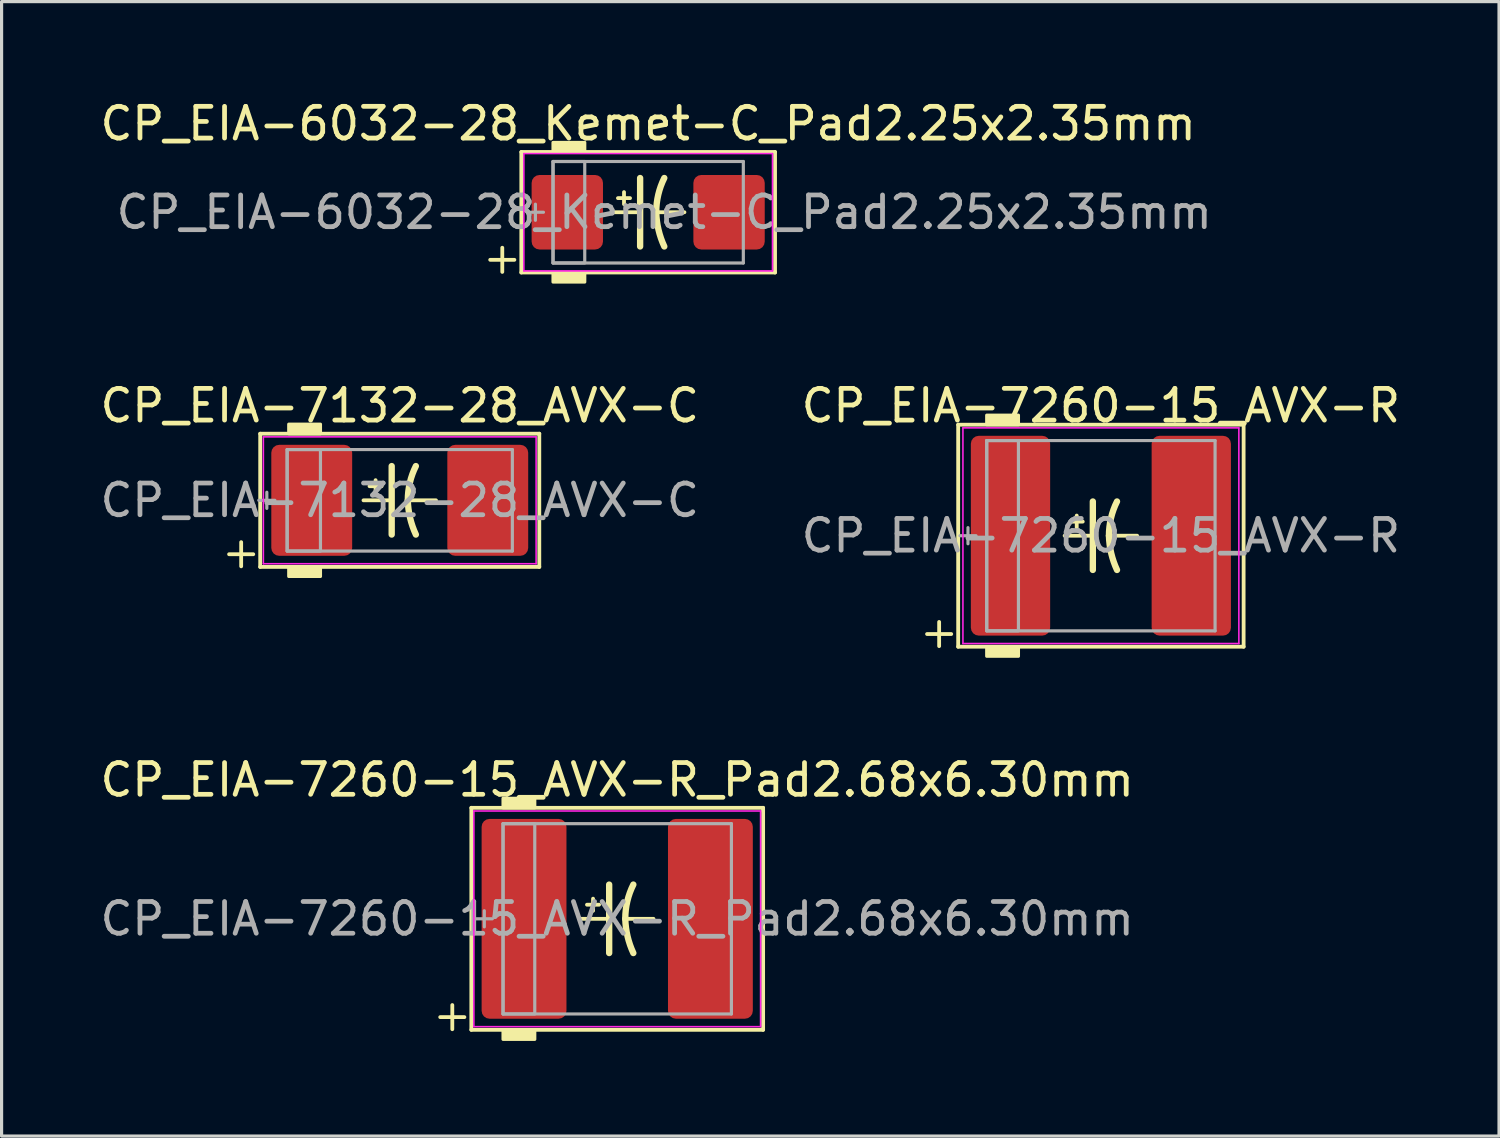
<source format=kicad_pcb>
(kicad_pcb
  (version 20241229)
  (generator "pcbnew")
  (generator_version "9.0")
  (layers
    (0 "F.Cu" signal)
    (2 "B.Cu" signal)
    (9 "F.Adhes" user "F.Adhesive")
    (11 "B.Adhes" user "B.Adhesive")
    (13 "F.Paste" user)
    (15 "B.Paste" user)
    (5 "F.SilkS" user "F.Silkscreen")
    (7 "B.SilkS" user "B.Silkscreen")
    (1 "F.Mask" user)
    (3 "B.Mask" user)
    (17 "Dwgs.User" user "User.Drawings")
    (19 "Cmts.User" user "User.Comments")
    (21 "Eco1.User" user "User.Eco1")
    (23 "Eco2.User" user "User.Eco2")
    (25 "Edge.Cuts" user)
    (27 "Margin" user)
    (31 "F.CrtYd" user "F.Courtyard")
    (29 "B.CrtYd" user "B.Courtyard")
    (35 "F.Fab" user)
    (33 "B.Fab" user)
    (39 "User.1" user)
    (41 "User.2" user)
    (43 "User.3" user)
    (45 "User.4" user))
  (footprint "CP_EIA-6032-28_Kemet-C_Pad2.25x2.35mm"
    (layer "F.Cu")
    (at 17.387 3.642)
    (property "Reference" "CP_EIA-6032-28_Kemet-C_Pad2.25x2.35mm" (at 0 -2.794 0) (layer "F.SilkS") (effects (font (size 1 1) (thickness 0.15))))
    (attr smd)
    (fp_line (start -4.981 1.5) (end -4.219 1.5) (stroke (width 0.12) (type solid)) (layer "F.SilkS"))
    (fp_line (start -4.6 1.119) (end -4.6 1.881) (stroke (width 0.12) (type solid)) (layer "F.SilkS"))
    (fp_line (start -4 -1.9) (end -4 1.9) (stroke (width 0.12) (type solid)) (layer "F.SilkS"))
    (fp_line (start -4 1.9) (end 4 1.9) (stroke (width 0.12) (type solid)) (layer "F.SilkS"))
    (fp_line (start -1.143 0) (end -0.254 0) (stroke (width 0.12) (type solid)) (layer "F.SilkS"))
    (fp_line (start -0.762 -0.254) (end -0.762 -0.635) (stroke (width 0.12) (type solid)) (layer "F.SilkS"))
    (fp_line (start -0.572 -0.445) (end -0.953 -0.445) (stroke (width 0.12) (type solid)) (layer "F.SilkS"))
    (fp_line (start -0.254 -1.079) (end -0.254 1.079) (stroke (width 0.2) (type solid)) (layer "F.SilkS"))
    (fp_line (start 1.143 0) (end 0.254 0) (stroke (width 0.12) (type solid)) (layer "F.SilkS"))
    (fp_line (start 4 -1.9) (end -4 -1.9) (stroke (width 0.12) (type solid)) (layer "F.SilkS"))
    (fp_line (start 4 1.9) (end 4 -1.9) (stroke (width 0.12) (type solid)) (layer "F.SilkS"))
    (fp_arc (start 0.254 0) (mid 0.318254 -0.554514) (end 0.508 -1.0795) (stroke (width 0.2) (type solid)) (layer "F.SilkS"))
    (fp_arc (start 0.508 1.0795) (mid 0.325879 0.55272) (end 0.254 0) (stroke (width 0.2) (type solid)) (layer "F.SilkS"))
    (fp_poly (pts (xy -2 -1.9) (xy -3 -1.9) (xy -3 -2.2) (xy -2 -2.2)) (stroke (width 0.1) (type solid)) (fill yes) (layer "F.SilkS"))
    (fp_poly (pts (xy -2 2.2) (xy -3 2.2) (xy -3 1.9) (xy -2 1.9)) (stroke (width 0.1) (type solid)) (fill yes) (layer "F.SilkS"))
    (fp_line (start -3.92 -1.85) (end 3.92 -1.85) (stroke (width 0.05) (type solid)) (layer "F.CrtYd"))
    (fp_line (start -3.92 1.85) (end -3.92 -1.85) (stroke (width 0.05) (type solid)) (layer "F.CrtYd"))
    (fp_line (start 3.92 -1.85) (end 3.92 1.85) (stroke (width 0.05) (type solid)) (layer "F.CrtYd"))
    (fp_line (start 3.92 1.85) (end -3.92 1.85) (stroke (width 0.05) (type solid)) (layer "F.CrtYd"))
    (fp_line (start -3.556 -0.254) (end -3.556 0.254) (stroke (width 0.1) (type solid)) (layer "F.Fab"))
    (fp_line (start -3.302 0) (end -3.81 0) (stroke (width 0.1) (type solid)) (layer "F.Fab"))
    (fp_line (start -3 -1.6) (end -3 1.6) (stroke (width 0.1) (type solid)) (layer "F.Fab"))
    (fp_line (start -3 1.6) (end 3 1.6) (stroke (width 0.1) (type solid)) (layer "F.Fab"))
    (fp_line (start 3 -1.6) (end -3 -1.6) (stroke (width 0.1) (type solid)) (layer "F.Fab"))
    (fp_line (start 3 1.6) (end 3 -1.6) (stroke (width 0.1) (type solid)) (layer "F.Fab"))
    (fp_rect (start -3 -1.6) (end -2 1.6) (stroke (width 0.1) (type solid)) (fill no) (layer "F.Fab"))
    (fp_text user "${REFERENCE}" (at 0.508 0 0) (layer "F.Fab") (effects (font (size 1 1) (thickness 0.15))))
    (pad "1" smd roundrect (at -2.55 0) (size 2.25 2.35) (layers "F.Cu" "F.Mask" "F.Paste") (roundrect_rratio 0.111))
    (pad "2" smd roundrect (at 2.55 0) (size 2.25 2.35) (layers "F.Cu" "F.Mask" "F.Paste") (roundrect_rratio 0.111)))
  (footprint "CP_EIA-7260-15_AVX-R_Pad2.68x6.30mm"
    (layer "F.Cu")
    (at 16.411 25.92)
    (property "Reference" "CP_EIA-7260-15_AVX-R_Pad2.68x6.30mm" (at 0 -4.381 0) (layer "F.SilkS") (effects (font (size 1 1) (thickness 0.15))))
    (attr smd)
    (fp_line (start -5.581 3.1) (end -4.819 3.1) (stroke (width 0.12) (type solid)) (layer "F.SilkS"))
    (fp_line (start -5.2 2.719) (end -5.2 3.481) (stroke (width 0.12) (type solid)) (layer "F.SilkS"))
    (fp_line (start -4.6 -3.5) (end -4.6 3.5) (stroke (width 0.12) (type solid)) (layer "F.SilkS"))
    (fp_line (start -4.6 3.5) (end 4.6 3.5) (stroke (width 0.12) (type solid)) (layer "F.SilkS"))
    (fp_line (start -1.143 0) (end -0.254 0) (stroke (width 0.12) (type solid)) (layer "F.SilkS"))
    (fp_line (start -0.762 -0.254) (end -0.762 -0.635) (stroke (width 0.12) (type solid)) (layer "F.SilkS"))
    (fp_line (start -0.572 -0.445) (end -0.953 -0.445) (stroke (width 0.12) (type solid)) (layer "F.SilkS"))
    (fp_line (start -0.254 -1.079) (end -0.254 1.079) (stroke (width 0.2) (type solid)) (layer "F.SilkS"))
    (fp_line (start 1.143 0) (end 0.254 0) (stroke (width 0.12) (type solid)) (layer "F.SilkS"))
    (fp_line (start 4.6 -3.5) (end -4.6 -3.5) (stroke (width 0.12) (type solid)) (layer "F.SilkS"))
    (fp_line (start 4.6 -3.4) (end 4.6 -3.5) (stroke (width 0.12) (type solid)) (layer "F.SilkS"))
    (fp_line (start 4.6 3.5) (end 4.6 -3.4) (stroke (width 0.12) (type solid)) (layer "F.SilkS"))
    (fp_arc (start 0.254 0) (mid 0.318254 -0.554514) (end 0.508 -1.0795) (stroke (width 0.2) (type solid)) (layer "F.SilkS"))
    (fp_arc (start 0.508 1.0795) (mid 0.325879 0.55272) (end 0.254 0) (stroke (width 0.2) (type solid)) (layer "F.SilkS"))
    (fp_poly (pts (xy -2.6 -3.5) (xy -3.6 -3.5) (xy -3.6 -3.8) (xy -2.6 -3.8)) (stroke (width 0.1) (type solid)) (fill yes) (layer "F.SilkS"))
    (fp_poly (pts (xy -2.6 3.8) (xy -3.6 3.8) (xy -3.6 3.5) (xy -2.6 3.5)) (stroke (width 0.1) (type solid)) (fill yes) (layer "F.SilkS"))
    (fp_line (start -4.52 -3.4) (end 4.52 -3.4) (stroke (width 0.05) (type solid)) (layer "F.CrtYd"))
    (fp_line (start -4.52 3.4) (end -4.52 -3.4) (stroke (width 0.05) (type solid)) (layer "F.CrtYd"))
    (fp_line (start 4.52 -3.4) (end 4.52 3.4) (stroke (width 0.05) (type solid)) (layer "F.CrtYd"))
    (fp_line (start 4.52 3.4) (end -4.52 3.4) (stroke (width 0.05) (type solid)) (layer "F.CrtYd"))
    (fp_line (start -4.191 -0.254) (end -4.191 0.254) (stroke (width 0.1) (type solid)) (layer "F.Fab"))
    (fp_line (start -3.937 0) (end -4.445 0) (stroke (width 0.1) (type solid)) (layer "F.Fab"))
    (fp_line (start -3.6 -3) (end -3.6 3) (stroke (width 0.1) (type solid)) (layer "F.Fab"))
    (fp_line (start -3.6 3) (end 3.6 3) (stroke (width 0.1) (type solid)) (layer "F.Fab"))
    (fp_line (start 3.6 -3) (end -3.6 -3) (stroke (width 0.1) (type solid)) (layer "F.Fab"))
    (fp_line (start 3.6 3) (end 3.6 -3) (stroke (width 0.1) (type solid)) (layer "F.Fab"))
    (fp_rect (start -3.6 -3) (end -2.6 3) (stroke (width 0.1) (type solid)) (fill no) (layer "F.Fab"))
    (fp_text user "${REFERENCE}" (at 0 0 0) (layer "F.Fab") (effects (font (size 1 1) (thickness 0.15))))
    (pad "1" smd roundrect (at -2.938 0) (size 2.675 6.3) (layers "F.Cu" "F.Mask" "F.Paste") (roundrect_rratio 0.093))
    (pad "2" smd roundrect (at 2.938 0) (size 2.675 6.3) (layers "F.Cu" "F.Mask" "F.Paste") (roundrect_rratio 0.093)))
  (footprint "CP_EIA-7132-28_AVX-C"
    (layer "F.Cu")
    (at 9.554 12.725)
    (property "Reference" "CP_EIA-7132-28_AVX-C" (at 0 -2.985 0) (layer "F.SilkS") (effects (font (size 1 1) (thickness 0.15))))
    (attr smd)
    (fp_line (start -5.381 1.7) (end -4.619 1.7) (stroke (width 0.12) (type solid)) (layer "F.SilkS"))
    (fp_line (start -5 1.319) (end -5 2.081) (stroke (width 0.12) (type solid)) (layer "F.SilkS"))
    (fp_line (start -4.4 -2.1) (end -4.4 2.1) (stroke (width 0.12) (type solid)) (layer "F.SilkS"))
    (fp_line (start -4.4 2.1) (end 4.4 2.1) (stroke (width 0.12) (type solid)) (layer "F.SilkS"))
    (fp_line (start -1.143 0) (end -0.254 0) (stroke (width 0.12) (type solid)) (layer "F.SilkS"))
    (fp_line (start -0.762 -0.254) (end -0.762 -0.635) (stroke (width 0.12) (type solid)) (layer "F.SilkS"))
    (fp_line (start -0.572 -0.445) (end -0.953 -0.445) (stroke (width 0.12) (type solid)) (layer "F.SilkS"))
    (fp_line (start -0.254 -1.079) (end -0.254 1.079) (stroke (width 0.2) (type solid)) (layer "F.SilkS"))
    (fp_line (start 1.143 0) (end 0.254 0) (stroke (width 0.12) (type solid)) (layer "F.SilkS"))
    (fp_line (start 4.4 -2.1) (end -4.4 -2.1) (stroke (width 0.12) (type solid)) (layer "F.SilkS"))
    (fp_line (start 4.4 2.1) (end 4.4 -2.1) (stroke (width 0.12) (type solid)) (layer "F.SilkS"))
    (fp_arc (start 0.254 0) (mid 0.318254 -0.554514) (end 0.508 -1.0795) (stroke (width 0.2) (type solid)) (layer "F.SilkS"))
    (fp_arc (start 0.508 1.0795) (mid 0.325879 0.55272) (end 0.254 0) (stroke (width 0.2) (type solid)) (layer "F.SilkS"))
    (fp_poly (pts (xy -2.5 -2.1) (xy -3.5 -2.1) (xy -3.5 -2.4) (xy -2.5 -2.4)) (stroke (width 0.1) (type solid)) (fill yes) (layer "F.SilkS"))
    (fp_poly (pts (xy -2.5 2.4) (xy -3.5 2.4) (xy -3.5 2.1) (xy -2.5 2.1)) (stroke (width 0.1) (type solid)) (fill yes) (layer "F.SilkS"))
    (fp_line (start -4.3 -2) (end 4.3 -2) (stroke (width 0.05) (type solid)) (layer "F.CrtYd"))
    (fp_line (start -4.3 2) (end -4.3 -2) (stroke (width 0.05) (type solid)) (layer "F.CrtYd"))
    (fp_line (start 4.3 -2) (end 4.3 2) (stroke (width 0.05) (type solid)) (layer "F.CrtYd"))
    (fp_line (start 4.3 2) (end -4.3 2) (stroke (width 0.05) (type solid)) (layer "F.CrtYd"))
    (fp_line (start -4.191 -0.254) (end -4.191 0.254) (stroke (width 0.1) (type solid)) (layer "F.Fab"))
    (fp_line (start -3.937 0) (end -4.445 0) (stroke (width 0.1) (type solid)) (layer "F.Fab"))
    (fp_line (start -3.55 -1.6) (end -3.55 1.6) (stroke (width 0.1) (type solid)) (layer "F.Fab"))
    (fp_line (start -3.55 1.6) (end 3.55 1.6) (stroke (width 0.1) (type solid)) (layer "F.Fab"))
    (fp_line (start 3.55 -1.6) (end -3.55 -1.6) (stroke (width 0.1) (type solid)) (layer "F.Fab"))
    (fp_line (start 3.55 1.6) (end 3.55 -1.6) (stroke (width 0.1) (type solid)) (layer "F.Fab"))
    (fp_rect (start -3.55 -1.6) (end -2.5 1.6) (stroke (width 0.1) (type solid)) (fill no) (layer "F.Fab"))
    (fp_text user "${REFERENCE}" (at 0 0 0) (layer "F.Fab") (effects (font (size 1 1) (thickness 0.15))))
    (pad "1" smd roundrect (at -2.775 0) (size 2.55 3.5) (layers "F.Cu" "F.Mask" "F.Paste") (roundrect_rratio 0.098))
    (pad "2" smd roundrect (at 2.775 0) (size 2.55 3.5) (layers "F.Cu" "F.Mask" "F.Paste") (roundrect_rratio 0.098)))
  (footprint "CP_EIA-7260-15_AVX-R"
    (layer "F.Cu")
    (at 31.661 13.841)
    (property "Reference" "CP_EIA-7260-15_AVX-R" (at 0 -4.1 0) (layer "F.SilkS") (effects (font (size 1 1) (thickness 0.15))))
    (attr smd)
    (fp_line (start -5.481 3.1) (end -4.719 3.1) (stroke (width 0.12) (type solid)) (layer "F.SilkS"))
    (fp_line (start -5.1 2.719) (end -5.1 3.481) (stroke (width 0.12) (type solid)) (layer "F.SilkS"))
    (fp_line (start -4.5 -3.5) (end -4.5 3.5) (stroke (width 0.12) (type solid)) (layer "F.SilkS"))
    (fp_line (start -4.5 3.5) (end 4.5 3.5) (stroke (width 0.12) (type solid)) (layer "F.SilkS"))
    (fp_line (start -1.143 0) (end -0.254 0) (stroke (width 0.12) (type solid)) (layer "F.SilkS"))
    (fp_line (start -0.762 -0.254) (end -0.762 -0.635) (stroke (width 0.12) (type solid)) (layer "F.SilkS"))
    (fp_line (start -0.572 -0.445) (end -0.953 -0.445) (stroke (width 0.12) (type solid)) (layer "F.SilkS"))
    (fp_line (start -0.254 -1.079) (end -0.254 1.079) (stroke (width 0.2) (type solid)) (layer "F.SilkS"))
    (fp_line (start 1.143 0) (end 0.254 0) (stroke (width 0.12) (type solid)) (layer "F.SilkS"))
    (fp_line (start 4.5 -3.5) (end -4.5 -3.5) (stroke (width 0.12) (type solid)) (layer "F.SilkS"))
    (fp_line (start 4.5 3.5) (end 4.5 -3.5) (stroke (width 0.12) (type solid)) (layer "F.SilkS"))
    (fp_arc (start 0.254 0) (mid 0.318254 -0.554514) (end 0.508 -1.0795) (stroke (width 0.2) (type solid)) (layer "F.SilkS"))
    (fp_arc (start 0.508 1.0795) (mid 0.325879 0.55272) (end 0.254 0) (stroke (width 0.2) (type solid)) (layer "F.SilkS"))
    (fp_poly (pts (xy -2.6 -3.5) (xy -3.6 -3.5) (xy -3.6 -3.8) (xy -2.6 -3.8)) (stroke (width 0.1) (type solid)) (fill yes) (layer "F.SilkS"))
    (fp_poly (pts (xy -2.6 3.8) (xy -3.6 3.8) (xy -3.6 3.5) (xy -2.6 3.5)) (stroke (width 0.1) (type solid)) (fill yes) (layer "F.SilkS"))
    (fp_line (start -4.35 -3.4) (end 4.35 -3.4) (stroke (width 0.05) (type solid)) (layer "F.CrtYd"))
    (fp_line (start -4.35 3.4) (end -4.35 -3.4) (stroke (width 0.05) (type solid)) (layer "F.CrtYd"))
    (fp_line (start 4.35 -3.4) (end 4.35 3.4) (stroke (width 0.05) (type solid)) (layer "F.CrtYd"))
    (fp_line (start 4.35 3.4) (end -4.35 3.4) (stroke (width 0.05) (type solid)) (layer "F.CrtYd"))
    (fp_line (start -4.191 -0.254) (end -4.191 0.254) (stroke (width 0.1) (type solid)) (layer "F.Fab"))
    (fp_line (start -3.937 0) (end -4.445 0) (stroke (width 0.1) (type solid)) (layer "F.Fab"))
    (fp_line (start -3.6 -3) (end -3.6 3) (stroke (width 0.1) (type solid)) (layer "F.Fab"))
    (fp_line (start -3.6 3) (end 3.6 3) (stroke (width 0.1) (type solid)) (layer "F.Fab"))
    (fp_line (start 3.6 -3) (end -3.6 -3) (stroke (width 0.1) (type solid)) (layer "F.Fab"))
    (fp_line (start 3.6 3) (end 3.6 -3) (stroke (width 0.1) (type solid)) (layer "F.Fab"))
    (fp_rect (start -3.6 -3) (end -2.6 3) (stroke (width 0.1) (type solid)) (fill no) (layer "F.Fab"))
    (fp_text user "${REFERENCE}" (at 0 0 0) (layer "F.Fab") (effects (font (size 1 1) (thickness 0.15))))
    (pad "1" smd roundrect (at -2.85 0) (size 2.5 6.3) (layers "F.Cu" "F.Mask" "F.Paste") (roundrect_rratio 0.1))
    (pad "2" smd roundrect (at 2.85 0) (size 2.5 6.3) (layers "F.Cu" "F.Mask" "F.Paste") (roundrect_rratio 0.1)))
  (gr_rect
    (start -3 -3)
    (end 44.214 32.77)
    (stroke (width 0.1) (type default))
    (fill no)
    (layer "Edge.Cuts")))
</source>
